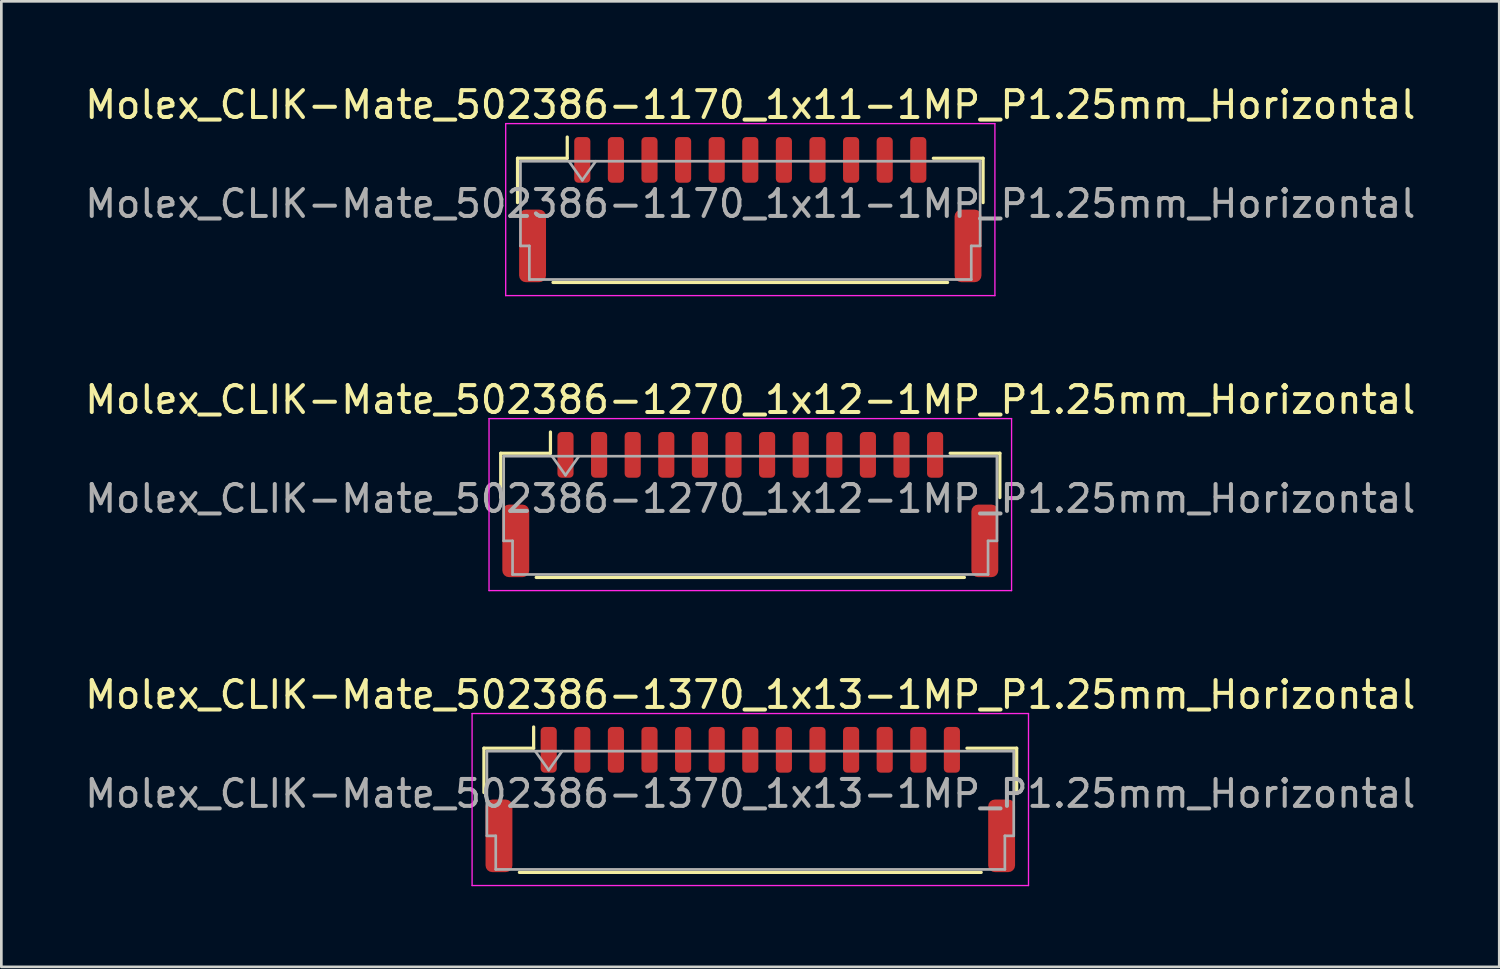
<source format=kicad_pcb>
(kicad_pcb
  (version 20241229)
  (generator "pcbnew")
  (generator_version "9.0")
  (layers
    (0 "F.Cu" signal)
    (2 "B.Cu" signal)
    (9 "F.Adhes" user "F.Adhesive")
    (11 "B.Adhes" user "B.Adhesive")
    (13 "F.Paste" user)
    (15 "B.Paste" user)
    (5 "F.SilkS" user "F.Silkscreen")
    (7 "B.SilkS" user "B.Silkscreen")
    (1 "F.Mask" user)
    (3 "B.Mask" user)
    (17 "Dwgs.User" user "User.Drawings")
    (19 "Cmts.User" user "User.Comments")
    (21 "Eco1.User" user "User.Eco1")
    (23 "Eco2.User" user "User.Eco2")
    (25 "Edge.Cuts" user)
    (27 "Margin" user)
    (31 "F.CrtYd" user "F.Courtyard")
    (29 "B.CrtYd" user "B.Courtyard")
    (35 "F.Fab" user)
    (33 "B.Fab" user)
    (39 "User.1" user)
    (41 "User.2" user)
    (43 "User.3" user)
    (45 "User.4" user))
  (footprint "Molex_CLIK-Mate_502386-1370_1x13-1MP_P1.25mm_Horizontal"
    (layer "F.Cu")
    (at 24.863 26.695)
    (property "Reference" "Molex_CLIK-Mate_502386-1370_1x13-1MP_P1.25mm_Horizontal" (at 0 -3.9 0) (layer "F.SilkS") (effects (font (size 1 1) (thickness 0.15))))
    (attr smd)
    (fp_line (start -9.91 -1.91) (end -8.06 -1.91) (stroke (width 0.12) (type solid)) (layer "F.SilkS"))
    (fp_line (start -9.91 -0.26) (end -9.91 -1.91) (stroke (width 0.12) (type solid)) (layer "F.SilkS"))
    (fp_line (start -8.59 2.71) (end 8.59 2.71) (stroke (width 0.12) (type solid)) (layer "F.SilkS"))
    (fp_line (start -8.06 -1.91) (end -8.06 -2.7) (stroke (width 0.12) (type solid)) (layer "F.SilkS"))
    (fp_line (start 9.91 -1.91) (end 8.06 -1.91) (stroke (width 0.12) (type solid)) (layer "F.SilkS"))
    (fp_line (start 9.91 -0.26) (end 9.91 -1.91) (stroke (width 0.12) (type solid)) (layer "F.SilkS"))
    (fp_line (start -10.35 -3.2) (end -10.35 3.2) (stroke (width 0.05) (type solid)) (layer "F.CrtYd"))
    (fp_line (start -10.35 3.2) (end 10.35 3.2) (stroke (width 0.05) (type solid)) (layer "F.CrtYd"))
    (fp_line (start 10.35 -3.2) (end -10.35 -3.2) (stroke (width 0.05) (type solid)) (layer "F.CrtYd"))
    (fp_line (start 10.35 3.2) (end 10.35 -3.2) (stroke (width 0.05) (type solid)) (layer "F.CrtYd"))
    (fp_line (start -9.8 -1.8) (end -9.8 1.35) (stroke (width 0.1) (type solid)) (layer "F.Fab"))
    (fp_line (start -9.8 -1.8) (end 9.8 -1.8) (stroke (width 0.1) (type solid)) (layer "F.Fab"))
    (fp_line (start -9.8 1.35) (end -9.47 1.35) (stroke (width 0.1) (type solid)) (layer "F.Fab"))
    (fp_line (start -9.47 1.35) (end -9.47 2.6) (stroke (width 0.1) (type solid)) (layer "F.Fab"))
    (fp_line (start -9.47 2.6) (end 9.47 2.6) (stroke (width 0.1) (type solid)) (layer "F.Fab"))
    (fp_line (start -8 -1.8) (end -7.5 -1.093) (stroke (width 0.1) (type solid)) (layer "F.Fab"))
    (fp_line (start -7.5 -1.093) (end -7 -1.8) (stroke (width 0.1) (type solid)) (layer "F.Fab"))
    (fp_line (start 9.47 1.35) (end 9.8 1.35) (stroke (width 0.1) (type solid)) (layer "F.Fab"))
    (fp_line (start 9.47 2.6) (end 9.47 1.35) (stroke (width 0.1) (type solid)) (layer "F.Fab"))
    (fp_line (start 9.8 -1.8) (end 9.8 1.35) (stroke (width 0.1) (type solid)) (layer "F.Fab"))
    (fp_text user "${REFERENCE}" (at 0 -0.22 0) (layer "F.Fab") (effects (font (size 1 1) (thickness 0.15))))
    (pad "1" smd roundrect (at -7.5 -1.85) (size 0.6 1.7) (layers "F.Cu" "F.Mask" "F.Paste") (roundrect_rratio 0.25))
    (pad "2" smd roundrect (at -6.25 -1.85) (size 0.6 1.7) (layers "F.Cu" "F.Mask" "F.Paste") (roundrect_rratio 0.25))
    (pad "3" smd roundrect (at -5 -1.85) (size 0.6 1.7) (layers "F.Cu" "F.Mask" "F.Paste") (roundrect_rratio 0.25))
    (pad "4" smd roundrect (at -3.75 -1.85) (size 0.6 1.7) (layers "F.Cu" "F.Mask" "F.Paste") (roundrect_rratio 0.25))
    (pad "5" smd roundrect (at -2.5 -1.85) (size 0.6 1.7) (layers "F.Cu" "F.Mask" "F.Paste") (roundrect_rratio 0.25))
    (pad "6" smd roundrect (at -1.25 -1.85) (size 0.6 1.7) (layers "F.Cu" "F.Mask" "F.Paste") (roundrect_rratio 0.25))
    (pad "7" smd roundrect (at 0 -1.85) (size 0.6 1.7) (layers "F.Cu" "F.Mask" "F.Paste") (roundrect_rratio 0.25))
    (pad "8" smd roundrect (at 1.25 -1.85) (size 0.6 1.7) (layers "F.Cu" "F.Mask" "F.Paste") (roundrect_rratio 0.25))
    (pad "9" smd roundrect (at 2.5 -1.85) (size 0.6 1.7) (layers "F.Cu" "F.Mask" "F.Paste") (roundrect_rratio 0.25))
    (pad "10" smd roundrect (at 3.75 -1.85) (size 0.6 1.7) (layers "F.Cu" "F.Mask" "F.Paste") (roundrect_rratio 0.25))
    (pad "11" smd roundrect (at 5 -1.85) (size 0.6 1.7) (layers "F.Cu" "F.Mask" "F.Paste") (roundrect_rratio 0.25))
    (pad "12" smd roundrect (at 6.25 -1.85) (size 0.6 1.7) (layers "F.Cu" "F.Mask" "F.Paste") (roundrect_rratio 0.25))
    (pad "13" smd roundrect (at 7.5 -1.85) (size 0.6 1.7) (layers "F.Cu" "F.Mask" "F.Paste") (roundrect_rratio 0.25))
    (pad "MP" smd roundrect (at -9.35 1.35) (size 1 2.7) (layers "F.Cu" "F.Mask" "F.Paste") (roundrect_rratio 0.25))
    (pad "MP" smd roundrect (at 9.35 1.35) (size 1 2.7) (layers "F.Cu" "F.Mask" "F.Paste") (roundrect_rratio 0.25)))
  (footprint "Molex_CLIK-Mate_502386-1270_1x12-1MP_P1.25mm_Horizontal"
    (layer "F.Cu")
    (at 24.863 15.722)
    (property "Reference" "Molex_CLIK-Mate_502386-1270_1x12-1MP_P1.25mm_Horizontal" (at 0 -3.9 0) (layer "F.SilkS") (effects (font (size 1 1) (thickness 0.15))))
    (attr smd)
    (fp_line (start -9.285 -1.91) (end -7.435 -1.91) (stroke (width 0.12) (type solid)) (layer "F.SilkS"))
    (fp_line (start -9.285 -0.26) (end -9.285 -1.91) (stroke (width 0.12) (type solid)) (layer "F.SilkS"))
    (fp_line (start -7.965 2.71) (end 7.965 2.71) (stroke (width 0.12) (type solid)) (layer "F.SilkS"))
    (fp_line (start -7.435 -1.91) (end -7.435 -2.7) (stroke (width 0.12) (type solid)) (layer "F.SilkS"))
    (fp_line (start 9.285 -1.91) (end 7.435 -1.91) (stroke (width 0.12) (type solid)) (layer "F.SilkS"))
    (fp_line (start 9.285 -0.26) (end 9.285 -1.91) (stroke (width 0.12) (type solid)) (layer "F.SilkS"))
    (fp_line (start -9.72 -3.2) (end -9.72 3.2) (stroke (width 0.05) (type solid)) (layer "F.CrtYd"))
    (fp_line (start -9.72 3.2) (end 9.72 3.2) (stroke (width 0.05) (type solid)) (layer "F.CrtYd"))
    (fp_line (start 9.72 -3.2) (end -9.72 -3.2) (stroke (width 0.05) (type solid)) (layer "F.CrtYd"))
    (fp_line (start 9.72 3.2) (end 9.72 -3.2) (stroke (width 0.05) (type solid)) (layer "F.CrtYd"))
    (fp_line (start -9.175 -1.8) (end -9.175 1.35) (stroke (width 0.1) (type solid)) (layer "F.Fab"))
    (fp_line (start -9.175 -1.8) (end 9.175 -1.8) (stroke (width 0.1) (type solid)) (layer "F.Fab"))
    (fp_line (start -9.175 1.35) (end -8.845 1.35) (stroke (width 0.1) (type solid)) (layer "F.Fab"))
    (fp_line (start -8.845 1.35) (end -8.845 2.6) (stroke (width 0.1) (type solid)) (layer "F.Fab"))
    (fp_line (start -8.845 2.6) (end 8.845 2.6) (stroke (width 0.1) (type solid)) (layer "F.Fab"))
    (fp_line (start -7.375 -1.8) (end -6.875 -1.093) (stroke (width 0.1) (type solid)) (layer "F.Fab"))
    (fp_line (start -6.875 -1.093) (end -6.375 -1.8) (stroke (width 0.1) (type solid)) (layer "F.Fab"))
    (fp_line (start 8.845 1.35) (end 9.175 1.35) (stroke (width 0.1) (type solid)) (layer "F.Fab"))
    (fp_line (start 8.845 2.6) (end 8.845 1.35) (stroke (width 0.1) (type solid)) (layer "F.Fab"))
    (fp_line (start 9.175 -1.8) (end 9.175 1.35) (stroke (width 0.1) (type solid)) (layer "F.Fab"))
    (fp_text user "${REFERENCE}" (at 0 -0.22 0) (layer "F.Fab") (effects (font (size 1 1) (thickness 0.15))))
    (pad "1" smd roundrect (at -6.875 -1.85) (size 0.6 1.7) (layers "F.Cu" "F.Mask" "F.Paste") (roundrect_rratio 0.25))
    (pad "2" smd roundrect (at -5.625 -1.85) (size 0.6 1.7) (layers "F.Cu" "F.Mask" "F.Paste") (roundrect_rratio 0.25))
    (pad "3" smd roundrect (at -4.375 -1.85) (size 0.6 1.7) (layers "F.Cu" "F.Mask" "F.Paste") (roundrect_rratio 0.25))
    (pad "4" smd roundrect (at -3.125 -1.85) (size 0.6 1.7) (layers "F.Cu" "F.Mask" "F.Paste") (roundrect_rratio 0.25))
    (pad "5" smd roundrect (at -1.875 -1.85) (size 0.6 1.7) (layers "F.Cu" "F.Mask" "F.Paste") (roundrect_rratio 0.25))
    (pad "6" smd roundrect (at -0.625 -1.85) (size 0.6 1.7) (layers "F.Cu" "F.Mask" "F.Paste") (roundrect_rratio 0.25))
    (pad "7" smd roundrect (at 0.625 -1.85) (size 0.6 1.7) (layers "F.Cu" "F.Mask" "F.Paste") (roundrect_rratio 0.25))
    (pad "8" smd roundrect (at 1.875 -1.85) (size 0.6 1.7) (layers "F.Cu" "F.Mask" "F.Paste") (roundrect_rratio 0.25))
    (pad "9" smd roundrect (at 3.125 -1.85) (size 0.6 1.7) (layers "F.Cu" "F.Mask" "F.Paste") (roundrect_rratio 0.25))
    (pad "10" smd roundrect (at 4.375 -1.85) (size 0.6 1.7) (layers "F.Cu" "F.Mask" "F.Paste") (roundrect_rratio 0.25))
    (pad "11" smd roundrect (at 5.625 -1.85) (size 0.6 1.7) (layers "F.Cu" "F.Mask" "F.Paste") (roundrect_rratio 0.25))
    (pad "12" smd roundrect (at 6.875 -1.85) (size 0.6 1.7) (layers "F.Cu" "F.Mask" "F.Paste") (roundrect_rratio 0.25))
    (pad "MP" smd roundrect (at -8.725 1.35) (size 1 2.7) (layers "F.Cu" "F.Mask" "F.Paste") (roundrect_rratio 0.25))
    (pad "MP" smd roundrect (at 8.725 1.35) (size 1 2.7) (layers "F.Cu" "F.Mask" "F.Paste") (roundrect_rratio 0.25)))
  (footprint "Molex_CLIK-Mate_502386-1170_1x11-1MP_P1.25mm_Horizontal"
    (layer "F.Cu")
    (at 24.863 4.748)
    (property "Reference" "Molex_CLIK-Mate_502386-1170_1x11-1MP_P1.25mm_Horizontal" (at 0 -3.9 0) (layer "F.SilkS") (effects (font (size 1 1) (thickness 0.15))))
    (attr smd)
    (fp_line (start -8.66 -1.91) (end -6.81 -1.91) (stroke (width 0.12) (type solid)) (layer "F.SilkS"))
    (fp_line (start -8.66 -0.26) (end -8.66 -1.91) (stroke (width 0.12) (type solid)) (layer "F.SilkS"))
    (fp_line (start -7.34 2.71) (end 7.34 2.71) (stroke (width 0.12) (type solid)) (layer "F.SilkS"))
    (fp_line (start -6.81 -1.91) (end -6.81 -2.7) (stroke (width 0.12) (type solid)) (layer "F.SilkS"))
    (fp_line (start 8.66 -1.91) (end 6.81 -1.91) (stroke (width 0.12) (type solid)) (layer "F.SilkS"))
    (fp_line (start 8.66 -0.26) (end 8.66 -1.91) (stroke (width 0.12) (type solid)) (layer "F.SilkS"))
    (fp_line (start -9.1 -3.2) (end -9.1 3.2) (stroke (width 0.05) (type solid)) (layer "F.CrtYd"))
    (fp_line (start -9.1 3.2) (end 9.1 3.2) (stroke (width 0.05) (type solid)) (layer "F.CrtYd"))
    (fp_line (start 9.1 -3.2) (end -9.1 -3.2) (stroke (width 0.05) (type solid)) (layer "F.CrtYd"))
    (fp_line (start 9.1 3.2) (end 9.1 -3.2) (stroke (width 0.05) (type solid)) (layer "F.CrtYd"))
    (fp_line (start -8.55 -1.8) (end -8.55 1.35) (stroke (width 0.1) (type solid)) (layer "F.Fab"))
    (fp_line (start -8.55 -1.8) (end 8.55 -1.8) (stroke (width 0.1) (type solid)) (layer "F.Fab"))
    (fp_line (start -8.55 1.35) (end -8.22 1.35) (stroke (width 0.1) (type solid)) (layer "F.Fab"))
    (fp_line (start -8.22 1.35) (end -8.22 2.6) (stroke (width 0.1) (type solid)) (layer "F.Fab"))
    (fp_line (start -8.22 2.6) (end 8.22 2.6) (stroke (width 0.1) (type solid)) (layer "F.Fab"))
    (fp_line (start -6.75 -1.8) (end -6.25 -1.093) (stroke (width 0.1) (type solid)) (layer "F.Fab"))
    (fp_line (start -6.25 -1.093) (end -5.75 -1.8) (stroke (width 0.1) (type solid)) (layer "F.Fab"))
    (fp_line (start 8.22 1.35) (end 8.55 1.35) (stroke (width 0.1) (type solid)) (layer "F.Fab"))
    (fp_line (start 8.22 2.6) (end 8.22 1.35) (stroke (width 0.1) (type solid)) (layer "F.Fab"))
    (fp_line (start 8.55 -1.8) (end 8.55 1.35) (stroke (width 0.1) (type solid)) (layer "F.Fab"))
    (fp_text user "${REFERENCE}" (at 0 -0.22 0) (layer "F.Fab") (effects (font (size 1 1) (thickness 0.15))))
    (pad "1" smd roundrect (at -6.25 -1.85) (size 0.6 1.7) (layers "F.Cu" "F.Mask" "F.Paste") (roundrect_rratio 0.25))
    (pad "2" smd roundrect (at -5 -1.85) (size 0.6 1.7) (layers "F.Cu" "F.Mask" "F.Paste") (roundrect_rratio 0.25))
    (pad "3" smd roundrect (at -3.75 -1.85) (size 0.6 1.7) (layers "F.Cu" "F.Mask" "F.Paste") (roundrect_rratio 0.25))
    (pad "4" smd roundrect (at -2.5 -1.85) (size 0.6 1.7) (layers "F.Cu" "F.Mask" "F.Paste") (roundrect_rratio 0.25))
    (pad "5" smd roundrect (at -1.25 -1.85) (size 0.6 1.7) (layers "F.Cu" "F.Mask" "F.Paste") (roundrect_rratio 0.25))
    (pad "6" smd roundrect (at 0 -1.85) (size 0.6 1.7) (layers "F.Cu" "F.Mask" "F.Paste") (roundrect_rratio 0.25))
    (pad "7" smd roundrect (at 1.25 -1.85) (size 0.6 1.7) (layers "F.Cu" "F.Mask" "F.Paste") (roundrect_rratio 0.25))
    (pad "8" smd roundrect (at 2.5 -1.85) (size 0.6 1.7) (layers "F.Cu" "F.Mask" "F.Paste") (roundrect_rratio 0.25))
    (pad "9" smd roundrect (at 3.75 -1.85) (size 0.6 1.7) (layers "F.Cu" "F.Mask" "F.Paste") (roundrect_rratio 0.25))
    (pad "10" smd roundrect (at 5 -1.85) (size 0.6 1.7) (layers "F.Cu" "F.Mask" "F.Paste") (roundrect_rratio 0.25))
    (pad "11" smd roundrect (at 6.25 -1.85) (size 0.6 1.7) (layers "F.Cu" "F.Mask" "F.Paste") (roundrect_rratio 0.25))
    (pad "MP" smd roundrect (at -8.1 1.35) (size 1 2.7) (layers "F.Cu" "F.Mask" "F.Paste") (roundrect_rratio 0.25))
    (pad "MP" smd roundrect (at 8.1 1.35) (size 1 2.7) (layers "F.Cu" "F.Mask" "F.Paste") (roundrect_rratio 0.25)))
  (gr_rect
    (start -3 -3)
    (end 52.726 32.92)
    (stroke (width 0.1) (type default))
    (fill no)
    (layer "Edge.Cuts")))
</source>
